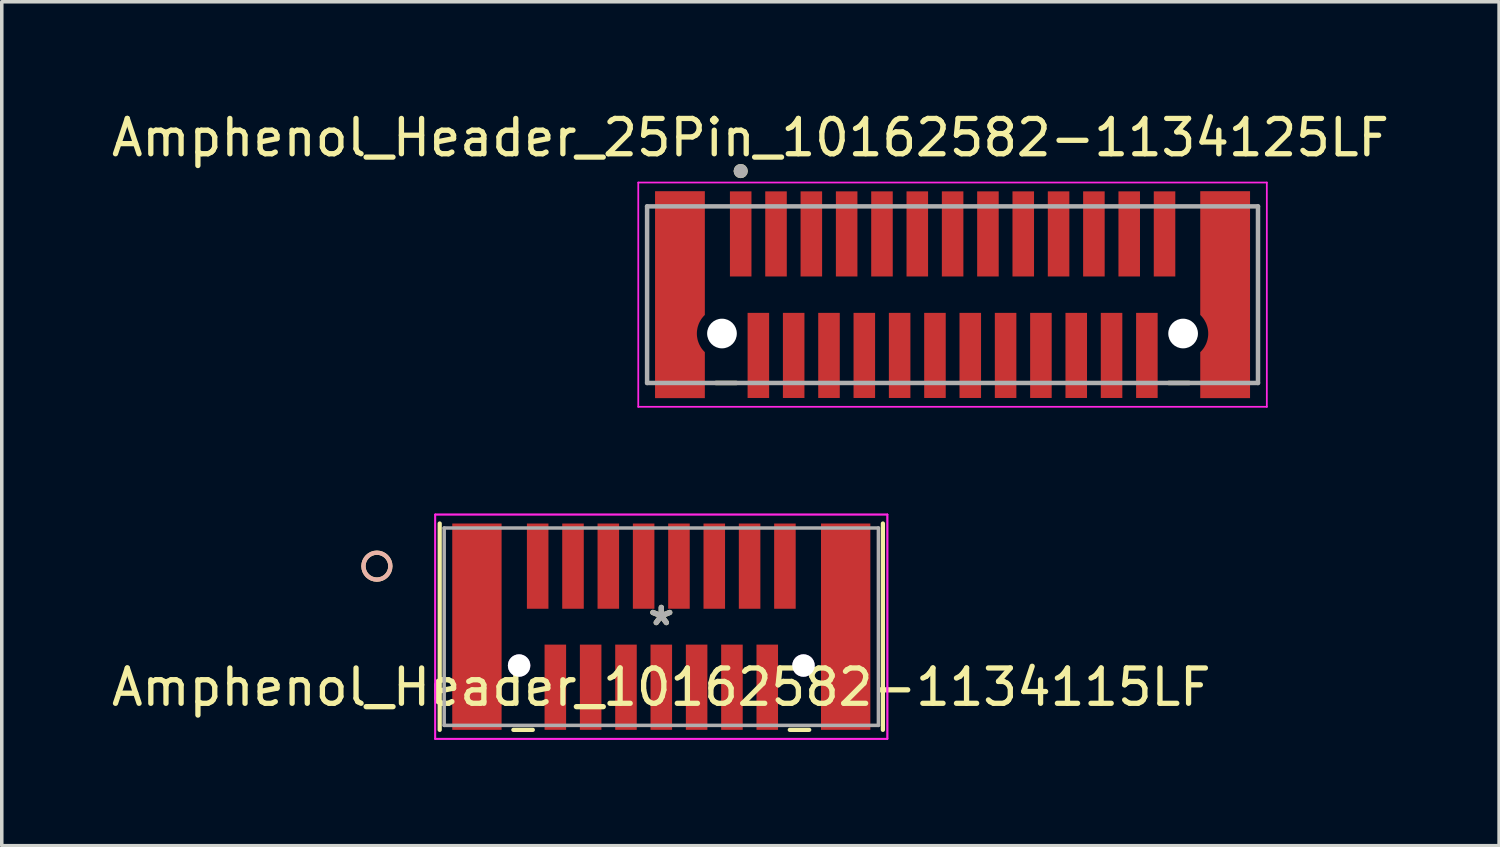
<source format=kicad_pcb>
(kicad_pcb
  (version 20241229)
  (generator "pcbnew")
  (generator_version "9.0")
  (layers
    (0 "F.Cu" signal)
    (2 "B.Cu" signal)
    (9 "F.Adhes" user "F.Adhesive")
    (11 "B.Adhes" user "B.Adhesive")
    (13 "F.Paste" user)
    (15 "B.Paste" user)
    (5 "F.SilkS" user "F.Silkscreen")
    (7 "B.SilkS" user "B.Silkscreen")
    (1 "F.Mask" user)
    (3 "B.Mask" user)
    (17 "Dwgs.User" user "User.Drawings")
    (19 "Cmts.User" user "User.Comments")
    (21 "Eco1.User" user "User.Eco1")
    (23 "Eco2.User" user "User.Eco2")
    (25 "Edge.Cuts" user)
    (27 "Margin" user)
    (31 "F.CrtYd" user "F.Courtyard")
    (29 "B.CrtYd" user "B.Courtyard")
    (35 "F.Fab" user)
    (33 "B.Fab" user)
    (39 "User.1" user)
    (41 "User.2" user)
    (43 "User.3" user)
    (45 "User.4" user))
  (footprint "Amphenol_Header_10162582-1134115LF"
    (layer "F.Cu")
    (at 15.673 14.693)
    (property "Reference" "Amphenol_Header_10162582-1134115LF" (at 0 1.714 0) (layer "F.SilkS") (effects (font (size 1 1) (thickness 0.15))))
    (attr through_hole)
    (fp_line (start -6.274 -2.921) (end -6.274 2.921) (stroke (width 0.12) (type solid)) (layer "F.SilkS"))
    (fp_line (start -4.188 2.921) (end -3.638 2.921) (stroke (width 0.12) (type solid)) (layer "F.SilkS"))
    (fp_line (start 3.638 2.921) (end 4.188 2.921) (stroke (width 0.12) (type solid)) (layer "F.SilkS"))
    (fp_line (start 6.274 2.921) (end 6.274 -2.921) (stroke (width 0.12) (type solid)) (layer "F.SilkS"))
    (fp_circle (center -8.052 -1.714) (end -7.671 -1.714) (stroke (width 0.12) (type solid)) (fill no) (layer "F.SilkS"))
    (fp_circle (center -8.052 -1.714) (end -7.671 -1.714) (stroke (width 0.12) (type solid)) (fill no) (layer "B.SilkS"))
    (fp_line (start -6.401 -3.175) (end -6.401 3.175) (stroke (width 0.05) (type solid)) (layer "F.CrtYd"))
    (fp_line (start -6.401 -3.175) (end -6.401 3.175) (stroke (width 0.05) (type solid)) (layer "F.CrtYd"))
    (fp_line (start -6.401 3.175) (end 6.401 3.175) (stroke (width 0.05) (type solid)) (layer "F.CrtYd"))
    (fp_line (start -6.401 3.175) (end 6.401 3.175) (stroke (width 0.05) (type solid)) (layer "F.CrtYd"))
    (fp_line (start 6.401 -3.175) (end -6.401 -3.175) (stroke (width 0.05) (type solid)) (layer "F.CrtYd"))
    (fp_line (start 6.401 -3.175) (end -6.401 -3.175) (stroke (width 0.05) (type solid)) (layer "F.CrtYd"))
    (fp_line (start 6.401 3.175) (end 6.401 -3.175) (stroke (width 0.05) (type solid)) (layer "F.CrtYd"))
    (fp_line (start 6.401 3.175) (end 6.401 -3.175) (stroke (width 0.05) (type solid)) (layer "F.CrtYd"))
    (fp_line (start -6.147 -2.794) (end -6.147 2.794) (stroke (width 0.1) (type solid)) (layer "F.Fab"))
    (fp_line (start -6.147 2.794) (end 6.147 2.794) (stroke (width 0.1) (type solid)) (layer "F.Fab"))
    (fp_line (start 6.147 -2.794) (end -6.147 -2.794) (stroke (width 0.1) (type solid)) (layer "F.Fab"))
    (fp_line (start 6.147 2.794) (end 6.147 -2.794) (stroke (width 0.1) (type solid)) (layer "F.Fab"))
    (fp_text user "*" (at 0 0 0) (layer "F.SilkS") (effects (font (size 1 1) (thickness 0.15))))
    (fp_text user "*" (at 0 0 0) (layer "F.Fab") (effects (font (size 1 1) (thickness 0.15))))
    (pad "1" smd rect (at -3.5 -1.714) (size 0.61 2.413) (layers "F.Cu" "F.Mask" "F.Paste"))
    (pad "2" smd rect (at -3 1.714) (size 0.61 2.413) (layers "F.Cu" "F.Mask" "F.Paste"))
    (pad "3" smd rect (at -2.5 -1.714) (size 0.61 2.413) (layers "F.Cu" "F.Mask" "F.Paste"))
    (pad "4" smd rect (at -2 1.714) (size 0.61 2.413) (layers "F.Cu" "F.Mask" "F.Paste"))
    (pad "5" smd rect (at -1.5 -1.714) (size 0.61 2.413) (layers "F.Cu" "F.Mask" "F.Paste"))
    (pad "6" smd rect (at -1 1.714) (size 0.61 2.413) (layers "F.Cu" "F.Mask" "F.Paste"))
    (pad "7" smd rect (at -0.5 -1.714) (size 0.61 2.413) (layers "F.Cu" "F.Mask" "F.Paste"))
    (pad "8" smd rect (at 0 1.714) (size 0.61 2.413) (layers "F.Cu" "F.Mask" "F.Paste"))
    (pad "9" smd rect (at 0.5 -1.714) (size 0.61 2.413) (layers "F.Cu" "F.Mask" "F.Paste"))
    (pad "10" smd rect (at 1 1.714) (size 0.61 2.413) (layers "F.Cu" "F.Mask" "F.Paste"))
    (pad "11" smd rect (at 1.5 -1.714) (size 0.61 2.413) (layers "F.Cu" "F.Mask" "F.Paste"))
    (pad "12" smd rect (at 2 1.714) (size 0.61 2.413) (layers "F.Cu" "F.Mask" "F.Paste"))
    (pad "13" smd rect (at 2.5 -1.714) (size 0.61 2.413) (layers "F.Cu" "F.Mask" "F.Paste"))
    (pad "14" smd rect (at 3 1.714) (size 0.61 2.413) (layers "F.Cu" "F.Mask" "F.Paste"))
    (pad "15" smd rect (at 3.5 -1.714) (size 0.61 2.413) (layers "F.Cu" "F.Mask" "F.Paste"))
    (pad "16" thru_hole circle (at -4.026 1.1) (size 0.635 0.635) (drill 0.635) (layers "*.Cu" "*.Mask"))
    (pad "17" thru_hole circle (at 4.026 1.1) (size 0.635 0.635) (drill 0.635) (layers "*.Cu" "*.Mask"))
    (pad "18" smd rect (at -5.22 0) (size 1.397 5.842) (layers "F.Cu" "F.Mask" "F.Paste"))
    (pad "19" smd rect (at 5.22 0) (size 1.397 5.842) (layers "F.Cu" "F.Mask" "F.Paste")))
  (footprint "Amphenol_Header_25Pin_10162582-1134125LF"
    (layer "F.Cu")
    (at 23.921 5.293)
    (property "Reference" "Amphenol_Header_25Pin_10162582-1134125LF" (at -5.725 -4.445 0) (layer "F.SilkS") (effects (font (size 1 1) (thickness 0.15))))
    (attr smd)
    (fp_poly (pts (xy -8.52 -3.025) (xy -8.52 3.025) (xy -6.92 3.025) (xy -6.92 1.529) (xy -6.94 1.508) (xy -6.96 1.483) (xy -6.979 1.458) (xy -6.996 1.431) (xy -7.013 1.404) (xy -7.027 1.376) (xy -7.041 1.347) (xy -7.053 1.318) (xy -7.063 1.288) (xy -7.072 1.257) (xy -7.079 1.227) (xy -7.085 1.195) (xy -7.089 1.164) (xy -7.091 1.132) (xy -7.092 1.101) (xy -7.091 1.069) (xy -7.089 1.037) (xy -7.085 1.006) (xy -7.079 0.974) (xy -7.072 0.944) (xy -7.063 0.913) (xy -7.053 0.883) (xy -7.041 0.854) (xy -7.027 0.825) (xy -7.013 0.797) (xy -6.996 0.77) (xy -6.979 0.743) (xy -6.96 0.718) (xy -6.94 0.693) (xy -6.92 0.672) (xy -6.92 -3.025) (xy -8.52 -3.025)) (stroke (width 0.01) (type solid)) (fill yes) (layer "F.Mask"))
    (fp_poly (pts (xy 6.916 1.529) (xy 6.916 3.025) (xy 8.516 3.025) (xy 8.516 -3.025) (xy 6.916 -3.025) (xy 6.916 0.672) (xy 6.936 0.693) (xy 6.956 0.718) (xy 6.975 0.743) (xy 6.992 0.77) (xy 7.009 0.797) (xy 7.023 0.825) (xy 7.037 0.854) (xy 7.049 0.883) (xy 7.059 0.913) (xy 7.068 0.944) (xy 7.075 0.974) (xy 7.081 1.006) (xy 7.085 1.037) (xy 7.087 1.069) (xy 7.088 1.101) (xy 7.087 1.132) (xy 7.085 1.164) (xy 7.081 1.195) (xy 7.075 1.227) (xy 7.068 1.257) (xy 7.059 1.288) (xy 7.049 1.318) (xy 7.037 1.347) (xy 7.023 1.376) (xy 7.009 1.404) (xy 6.992 1.431) (xy 6.975 1.458) (xy 6.956 1.483) (xy 6.936 1.508) (xy 6.916 1.529)) (stroke (width 0.01) (type solid)) (fill yes) (layer "F.Mask"))
    (fp_line (start -6.7 2.5) (end -6.125 2.5) (stroke (width 0.127) (type solid)) (layer "F.SilkS"))
    (fp_line (start 6.121 2.5) (end 6.696 2.5) (stroke (width 0.127) (type solid)) (layer "F.SilkS"))
    (fp_circle (center -6 -3.5) (end -5.9 -3.5) (stroke (width 0.2) (type solid)) (fill no) (layer "F.SilkS"))
    (fp_poly (pts (xy -8.42 -2.925) (xy -7.53 -2.925) (xy -7.53 2.925) (xy -8.42 2.925)) (stroke (width 0.01) (type solid)) (fill yes) (layer "F.Paste"))
    (fp_poly (pts (xy -6.255 -2.925) (xy -5.745 -2.925) (xy -5.745 -0.615) (xy -6.255 -0.615)) (stroke (width 0.01) (type solid)) (fill yes) (layer "F.Paste"))
    (fp_poly (pts (xy -5.755 0.615) (xy -5.245 0.615) (xy -5.245 2.925) (xy -5.755 2.925)) (stroke (width 0.01) (type solid)) (fill yes) (layer "F.Paste"))
    (fp_poly (pts (xy -5.255 -2.925) (xy -4.745 -2.925) (xy -4.745 -0.615) (xy -5.255 -0.615)) (stroke (width 0.01) (type solid)) (fill yes) (layer "F.Paste"))
    (fp_poly (pts (xy -4.755 0.615) (xy -4.245 0.615) (xy -4.245 2.925) (xy -4.755 2.925)) (stroke (width 0.01) (type solid)) (fill yes) (layer "F.Paste"))
    (fp_poly (pts (xy -4.255 -2.925) (xy -3.745 -2.925) (xy -3.745 -0.615) (xy -4.255 -0.615)) (stroke (width 0.01) (type solid)) (fill yes) (layer "F.Paste"))
    (fp_poly (pts (xy -3.755 0.615) (xy -3.245 0.615) (xy -3.245 2.925) (xy -3.755 2.925)) (stroke (width 0.01) (type solid)) (fill yes) (layer "F.Paste"))
    (fp_poly (pts (xy -3.255 -2.925) (xy -2.745 -2.925) (xy -2.745 -0.615) (xy -3.255 -0.615)) (stroke (width 0.01) (type solid)) (fill yes) (layer "F.Paste"))
    (fp_poly (pts (xy -2.755 0.615) (xy -2.245 0.615) (xy -2.245 2.925) (xy -2.755 2.925)) (stroke (width 0.01) (type solid)) (fill yes) (layer "F.Paste"))
    (fp_poly (pts (xy -2.255 -2.925) (xy -1.745 -2.925) (xy -1.745 -0.615) (xy -2.255 -0.615)) (stroke (width 0.01) (type solid)) (fill yes) (layer "F.Paste"))
    (fp_poly (pts (xy -1.755 0.615) (xy -1.245 0.615) (xy -1.245 2.925) (xy -1.755 2.925)) (stroke (width 0.01) (type solid)) (fill yes) (layer "F.Paste"))
    (fp_poly (pts (xy -1.255 -2.925) (xy -0.745 -2.925) (xy -0.745 -0.615) (xy -1.255 -0.615)) (stroke (width 0.01) (type solid)) (fill yes) (layer "F.Paste"))
    (fp_poly (pts (xy -0.755 0.615) (xy -0.245 0.615) (xy -0.245 2.925) (xy -0.755 2.925)) (stroke (width 0.01) (type solid)) (fill yes) (layer "F.Paste"))
    (fp_poly (pts (xy -0.255 -2.925) (xy 0.255 -2.925) (xy 0.255 -0.615) (xy -0.255 -0.615)) (stroke (width 0.01) (type solid)) (fill yes) (layer "F.Paste"))
    (fp_poly (pts (xy 0.245 0.615) (xy 0.755 0.615) (xy 0.755 2.925) (xy 0.245 2.925)) (stroke (width 0.01) (type solid)) (fill yes) (layer "F.Paste"))
    (fp_poly (pts (xy 0.745 -2.925) (xy 1.255 -2.925) (xy 1.255 -0.615) (xy 0.745 -0.615)) (stroke (width 0.01) (type solid)) (fill yes) (layer "F.Paste"))
    (fp_poly (pts (xy 1.245 0.615) (xy 1.755 0.615) (xy 1.755 2.925) (xy 1.245 2.925)) (stroke (width 0.01) (type solid)) (fill yes) (layer "F.Paste"))
    (fp_poly (pts (xy 1.745 -2.925) (xy 2.255 -2.925) (xy 2.255 -0.615) (xy 1.745 -0.615)) (stroke (width 0.01) (type solid)) (fill yes) (layer "F.Paste"))
    (fp_poly (pts (xy 2.245 0.615) (xy 2.755 0.615) (xy 2.755 2.925) (xy 2.245 2.925)) (stroke (width 0.01) (type solid)) (fill yes) (layer "F.Paste"))
    (fp_poly (pts (xy 2.745 -2.925) (xy 3.255 -2.925) (xy 3.255 -0.615) (xy 2.745 -0.615)) (stroke (width 0.01) (type solid)) (fill yes) (layer "F.Paste"))
    (fp_poly (pts (xy 3.245 0.615) (xy 3.755 0.615) (xy 3.755 2.925) (xy 3.245 2.925)) (stroke (width 0.01) (type solid)) (fill yes) (layer "F.Paste"))
    (fp_poly (pts (xy 3.745 -2.925) (xy 4.255 -2.925) (xy 4.255 -0.615) (xy 3.745 -0.615)) (stroke (width 0.01) (type solid)) (fill yes) (layer "F.Paste"))
    (fp_poly (pts (xy 4.245 0.615) (xy 4.755 0.615) (xy 4.755 2.925) (xy 4.245 2.925)) (stroke (width 0.01) (type solid)) (fill yes) (layer "F.Paste"))
    (fp_poly (pts (xy 4.745 -2.925) (xy 5.255 -2.925) (xy 5.255 -0.615) (xy 4.745 -0.615)) (stroke (width 0.01) (type solid)) (fill yes) (layer "F.Paste"))
    (fp_poly (pts (xy 5.245 0.615) (xy 5.755 0.615) (xy 5.755 2.925) (xy 5.245 2.925)) (stroke (width 0.01) (type solid)) (fill yes) (layer "F.Paste"))
    (fp_poly (pts (xy 5.745 -2.925) (xy 6.255 -2.925) (xy 6.255 -0.615) (xy 5.745 -0.615)) (stroke (width 0.01) (type solid)) (fill yes) (layer "F.Paste"))
    (fp_poly (pts (xy 7.526 -2.925) (xy 8.416 -2.925) (xy 8.416 2.925) (xy 7.526 2.925)) (stroke (width 0.01) (type solid)) (fill yes) (layer "F.Paste"))
    (fp_line (start -8.9 -3.175) (end -8.9 3.175) (stroke (width 0.05) (type solid)) (layer "F.CrtYd"))
    (fp_line (start -8.9 3.175) (end 8.896 3.175) (stroke (width 0.05) (type solid)) (layer "F.CrtYd"))
    (fp_line (start 8.896 -3.175) (end -8.9 -3.175) (stroke (width 0.05) (type solid)) (layer "F.CrtYd"))
    (fp_line (start 8.896 3.175) (end 8.896 -3.175) (stroke (width 0.05) (type solid)) (layer "F.CrtYd"))
    (fp_line (start -8.65 -2.5) (end 8.646 -2.5) (stroke (width 0.127) (type solid)) (layer "F.Fab"))
    (fp_line (start -8.65 2.5) (end -8.65 -2.5) (stroke (width 0.127) (type solid)) (layer "F.Fab"))
    (fp_line (start 8.646 -2.5) (end 8.646 2.5) (stroke (width 0.127) (type solid)) (layer "F.Fab"))
    (fp_line (start 8.646 2.5) (end -8.65 2.5) (stroke (width 0.127) (type solid)) (layer "F.Fab"))
    (fp_circle (center -6 -3.5) (end -5.9 -3.5) (stroke (width 0.2) (type solid)) (fill no) (layer "F.Fab"))
    (pad "" np_thru_hole circle (at -6.53 1.1) (size 0.84 0.84) (drill 0.84) (layers "*.Cu" "*.Mask"))
    (pad "" np_thru_hole circle (at 6.526 1.1) (size 0.84 0.84) (drill 0.84) (layers "*.Cu" "*.Mask"))
    (pad "1" smd rect (at -6 -1.72) (size 0.61 2.41) (layers "F.Cu" "F.Mask"))
    (pad "2" smd rect (at -5 -1.72) (size 0.61 2.41) (layers "F.Cu" "F.Mask"))
    (pad "3" smd rect (at -4 -1.72) (size 0.61 2.41) (layers "F.Cu" "F.Mask"))
    (pad "4" smd rect (at -3 -1.72) (size 0.61 2.41) (layers "F.Cu" "F.Mask"))
    (pad "5" smd rect (at -2 -1.72) (size 0.61 2.41) (layers "F.Cu" "F.Mask"))
    (pad "6" smd rect (at -1 -1.72) (size 0.61 2.41) (layers "F.Cu" "F.Mask"))
    (pad "7" smd rect (at 0 -1.72) (size 0.61 2.41) (layers "F.Cu" "F.Mask"))
    (pad "8" smd rect (at 1 -1.72) (size 0.61 2.41) (layers "F.Cu" "F.Mask"))
    (pad "9" smd rect (at 2 -1.72) (size 0.61 2.41) (layers "F.Cu" "F.Mask"))
    (pad "10" smd rect (at 3 -1.72) (size 0.61 2.41) (layers "F.Cu" "F.Mask"))
    (pad "11" smd rect (at 4 -1.72) (size 0.61 2.41) (layers "F.Cu" "F.Mask"))
    (pad "12" smd rect (at 5 -1.72) (size 0.61 2.41) (layers "F.Cu" "F.Mask"))
    (pad "13" smd rect (at 6 -1.72) (size 0.61 2.41) (layers "F.Cu" "F.Mask"))
    (pad "14" smd rect (at -5.5 1.72) (size 0.61 2.41) (layers "F.Cu" "F.Mask"))
    (pad "15" smd rect (at -4.5 1.72) (size 0.61 2.41) (layers "F.Cu" "F.Mask"))
    (pad "16" smd rect (at -3.5 1.72) (size 0.61 2.41) (layers "F.Cu" "F.Mask"))
    (pad "17" smd rect (at -2.5 1.72) (size 0.61 2.41) (layers "F.Cu" "F.Mask"))
    (pad "18" smd rect (at -1.5 1.72) (size 0.61 2.41) (layers "F.Cu" "F.Mask"))
    (pad "19" smd rect (at -0.5 1.72) (size 0.61 2.41) (layers "F.Cu" "F.Mask"))
    (pad "20" smd rect (at 0.5 1.72) (size 0.61 2.41) (layers "F.Cu" "F.Mask"))
    (pad "21" smd rect (at 1.5 1.72) (size 0.61 2.41) (layers "F.Cu" "F.Mask"))
    (pad "22" smd rect (at 2.5 1.72) (size 0.61 2.41) (layers "F.Cu" "F.Mask"))
    (pad "23" smd rect (at 3.5 1.72) (size 0.61 2.41) (layers "F.Cu" "F.Mask"))
    (pad "24" smd rect (at 4.5 1.72) (size 0.61 2.41) (layers "F.Cu" "F.Mask"))
    (pad "25" smd rect (at 5.5 1.72) (size 0.61 2.41) (layers "F.Cu" "F.Mask"))
    (pad "S1" smd custom (at -7.72 0) (size 0.8 0.8) (layers "F.Cu") (options (anchor rect)) (primitives (gr_poly (pts (xy 0.7 2.925) (xy -0.7 2.925) (xy -0.7 -2.925) (xy 0.7 -2.925) (xy 0.7 0.572) (xy 0.67 0.602) (xy 0.644 0.632) (xy 0.62 0.662) (xy 0.597 0.694) (xy 0.577 0.727) (xy 0.558 0.762) (xy 0.54 0.797) (xy 0.525 0.833) (xy 0.512 0.87) (xy 0.5 0.907) (xy 0.491 0.945) (xy 0.484 0.984) (xy 0.478 1.022) (xy 0.475 1.061) (xy 0.474 1.101) (xy 0.475 1.14) (xy 0.478 1.179) (xy 0.484 1.217) (xy 0.491 1.256) (xy 0.5 1.294) (xy 0.512 1.331) (xy 0.525 1.368) (xy 0.54 1.404) (xy 0.558 1.439) (xy 0.577 1.474) (xy 0.597 1.507) (xy 0.62 1.539) (xy 0.644 1.569) (xy 0.67 1.599) (xy 0.7 1.629) (xy 0.7 2.925)) (width 0.01) (fill yes))))
    (pad "S2" smd custom (at 7.716 0) (size 0.8 0.8) (layers "F.Cu") (options (anchor rect)) (primitives (gr_poly (pts (xy 0.7 2.925) (xy -0.7 2.925) (xy -0.7 1.629) (xy -0.67 1.599) (xy -0.644 1.569) (xy -0.62 1.539) (xy -0.597 1.507) (xy -0.577 1.474) (xy -0.558 1.439) (xy -0.54 1.404) (xy -0.525 1.368) (xy -0.512 1.331) (xy -0.5 1.294) (xy -0.491 1.256) (xy -0.484 1.217) (xy -0.478 1.179) (xy -0.475 1.14) (xy -0.474 1.101) (xy -0.475 1.061) (xy -0.478 1.022) (xy -0.484 0.984) (xy -0.491 0.945) (xy -0.5 0.907) (xy -0.512 0.87) (xy -0.525 0.833) (xy -0.54 0.797) (xy -0.558 0.762) (xy -0.577 0.727) (xy -0.597 0.694) (xy -0.62 0.662) (xy -0.644 0.632) (xy -0.67 0.602) (xy -0.7 0.572) (xy -0.7 -2.925) (xy 0.7 -2.925) (xy 0.7 2.925)) (width 0.01) (fill yes)))))
  (gr_rect
    (start -3 -3)
    (end 39.393 20.893)
    (stroke (width 0.1) (type default))
    (fill no)
    (layer "Edge.Cuts")))
</source>
